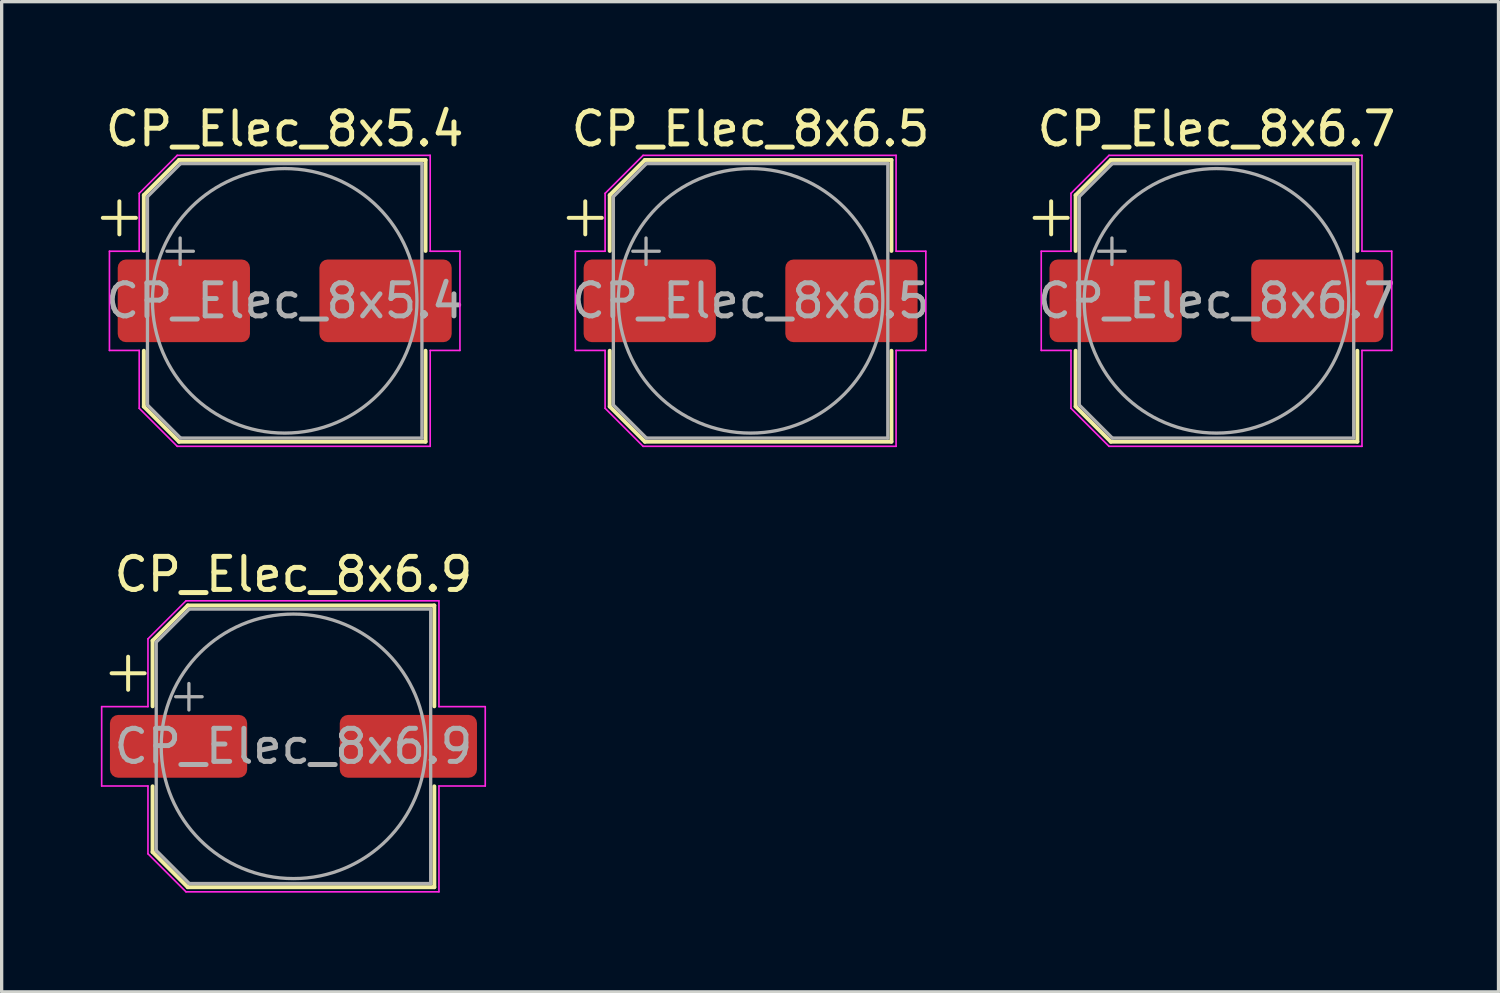
<source format=kicad_pcb>
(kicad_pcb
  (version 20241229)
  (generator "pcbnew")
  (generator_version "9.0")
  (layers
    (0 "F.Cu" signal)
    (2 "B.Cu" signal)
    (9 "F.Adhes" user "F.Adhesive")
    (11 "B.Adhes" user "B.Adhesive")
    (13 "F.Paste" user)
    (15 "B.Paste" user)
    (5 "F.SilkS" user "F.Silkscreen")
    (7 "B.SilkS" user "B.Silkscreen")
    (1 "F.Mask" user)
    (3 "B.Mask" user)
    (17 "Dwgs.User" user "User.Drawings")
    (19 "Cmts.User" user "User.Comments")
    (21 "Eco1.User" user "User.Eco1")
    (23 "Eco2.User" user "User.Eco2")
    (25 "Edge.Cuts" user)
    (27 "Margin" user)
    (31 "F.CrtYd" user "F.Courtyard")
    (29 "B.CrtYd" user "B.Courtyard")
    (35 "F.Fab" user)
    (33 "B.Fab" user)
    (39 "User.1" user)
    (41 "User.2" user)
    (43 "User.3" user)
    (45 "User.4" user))
  (footprint "CP_Elec_8x6.7"
    (layer "F.Cu")
    (at 33.74 6.048)
    (property "Reference" "CP_Elec_8x6.7" (at 0 -5.2 0) (layer "F.SilkS") (effects (font (size 1 1) (thickness 0.15))))
    (attr smd)
    (fp_line (start -5.5 -2.51) (end -4.5 -2.51) (stroke (width 0.12) (type solid)) (layer "F.SilkS"))
    (fp_line (start -5 -3.01) (end -5 -2.01) (stroke (width 0.12) (type solid)) (layer "F.SilkS"))
    (fp_line (start -4.26 -3.196) (end -4.26 -1.51) (stroke (width 0.12) (type solid)) (layer "F.SilkS"))
    (fp_line (start -4.26 -3.196) (end -3.196 -4.26) (stroke (width 0.12) (type solid)) (layer "F.SilkS"))
    (fp_line (start -4.26 3.196) (end -4.26 1.51) (stroke (width 0.12) (type solid)) (layer "F.SilkS"))
    (fp_line (start -4.26 3.196) (end -3.196 4.26) (stroke (width 0.12) (type solid)) (layer "F.SilkS"))
    (fp_line (start -3.196 -4.26) (end 4.26 -4.26) (stroke (width 0.12) (type solid)) (layer "F.SilkS"))
    (fp_line (start -3.196 4.26) (end 4.26 4.26) (stroke (width 0.12) (type solid)) (layer "F.SilkS"))
    (fp_line (start 4.26 -4.26) (end 4.26 -1.51) (stroke (width 0.12) (type solid)) (layer "F.SilkS"))
    (fp_line (start 4.26 4.26) (end 4.26 1.51) (stroke (width 0.12) (type solid)) (layer "F.SilkS"))
    (fp_line (start -5.3 -1.5) (end -5.3 1.5) (stroke (width 0.05) (type solid)) (layer "F.CrtYd"))
    (fp_line (start -5.3 1.5) (end -4.4 1.5) (stroke (width 0.05) (type solid)) (layer "F.CrtYd"))
    (fp_line (start -4.4 -3.25) (end -4.4 -1.5) (stroke (width 0.05) (type solid)) (layer "F.CrtYd"))
    (fp_line (start -4.4 -3.25) (end -3.25 -4.4) (stroke (width 0.05) (type solid)) (layer "F.CrtYd"))
    (fp_line (start -4.4 -1.5) (end -5.3 -1.5) (stroke (width 0.05) (type solid)) (layer "F.CrtYd"))
    (fp_line (start -4.4 1.5) (end -4.4 3.25) (stroke (width 0.05) (type solid)) (layer "F.CrtYd"))
    (fp_line (start -4.4 3.25) (end -3.25 4.4) (stroke (width 0.05) (type solid)) (layer "F.CrtYd"))
    (fp_line (start -3.25 -4.4) (end 4.4 -4.4) (stroke (width 0.05) (type solid)) (layer "F.CrtYd"))
    (fp_line (start -3.25 4.4) (end 4.4 4.4) (stroke (width 0.05) (type solid)) (layer "F.CrtYd"))
    (fp_line (start 4.4 -4.4) (end 4.4 -1.5) (stroke (width 0.05) (type solid)) (layer "F.CrtYd"))
    (fp_line (start 4.4 -1.5) (end 5.3 -1.5) (stroke (width 0.05) (type solid)) (layer "F.CrtYd"))
    (fp_line (start 4.4 1.5) (end 4.4 4.4) (stroke (width 0.05) (type solid)) (layer "F.CrtYd"))
    (fp_line (start 5.3 -1.5) (end 5.3 1.5) (stroke (width 0.05) (type solid)) (layer "F.CrtYd"))
    (fp_line (start 5.3 1.5) (end 4.4 1.5) (stroke (width 0.05) (type solid)) (layer "F.CrtYd"))
    (fp_line (start -4.15 -3.15) (end -4.15 3.15) (stroke (width 0.1) (type solid)) (layer "F.Fab"))
    (fp_line (start -4.15 -3.15) (end -3.15 -4.15) (stroke (width 0.1) (type solid)) (layer "F.Fab"))
    (fp_line (start -4.15 3.15) (end -3.15 4.15) (stroke (width 0.1) (type solid)) (layer "F.Fab"))
    (fp_line (start -3.562 -1.5) (end -2.762 -1.5) (stroke (width 0.1) (type solid)) (layer "F.Fab"))
    (fp_line (start -3.162 -1.9) (end -3.162 -1.1) (stroke (width 0.1) (type solid)) (layer "F.Fab"))
    (fp_line (start -3.15 -4.15) (end 4.15 -4.15) (stroke (width 0.1) (type solid)) (layer "F.Fab"))
    (fp_line (start -3.15 4.15) (end 4.15 4.15) (stroke (width 0.1) (type solid)) (layer "F.Fab"))
    (fp_line (start 4.15 -4.15) (end 4.15 4.15) (stroke (width 0.1) (type solid)) (layer "F.Fab"))
    (fp_circle (center 0 0) (end 4 0) (stroke (width 0.1) (type solid)) (fill no) (layer "F.Fab"))
    (fp_text user "${REFERENCE}" (at 0 0 0) (layer "F.Fab") (effects (font (size 1 1) (thickness 0.15))))
    (pad "1" smd roundrect (at -3.05 0) (size 4 2.5) (layers "F.Cu" "F.Mask" "F.Paste") (roundrect_rratio 0.1))
    (pad "2" smd roundrect (at 3.05 0) (size 4 2.5) (layers "F.Cu" "F.Mask" "F.Paste") (roundrect_rratio 0.1)))
  (footprint "CP_Elec_8x6.5"
    (layer "F.Cu")
    (at 19.65 6.048)
    (property "Reference" "CP_Elec_8x6.5" (at 0 -5.2 0) (layer "F.SilkS") (effects (font (size 1 1) (thickness 0.15))))
    (attr smd)
    (fp_line (start -5.5 -2.51) (end -4.5 -2.51) (stroke (width 0.12) (type solid)) (layer "F.SilkS"))
    (fp_line (start -5 -3.01) (end -5 -2.01) (stroke (width 0.12) (type solid)) (layer "F.SilkS"))
    (fp_line (start -4.26 -3.196) (end -4.26 -1.51) (stroke (width 0.12) (type solid)) (layer "F.SilkS"))
    (fp_line (start -4.26 -3.196) (end -3.196 -4.26) (stroke (width 0.12) (type solid)) (layer "F.SilkS"))
    (fp_line (start -4.26 3.196) (end -4.26 1.51) (stroke (width 0.12) (type solid)) (layer "F.SilkS"))
    (fp_line (start -4.26 3.196) (end -3.196 4.26) (stroke (width 0.12) (type solid)) (layer "F.SilkS"))
    (fp_line (start -3.196 -4.26) (end 4.26 -4.26) (stroke (width 0.12) (type solid)) (layer "F.SilkS"))
    (fp_line (start -3.196 4.26) (end 4.26 4.26) (stroke (width 0.12) (type solid)) (layer "F.SilkS"))
    (fp_line (start 4.26 -4.26) (end 4.26 -1.51) (stroke (width 0.12) (type solid)) (layer "F.SilkS"))
    (fp_line (start 4.26 4.26) (end 4.26 1.51) (stroke (width 0.12) (type solid)) (layer "F.SilkS"))
    (fp_line (start -5.3 -1.5) (end -5.3 1.5) (stroke (width 0.05) (type solid)) (layer "F.CrtYd"))
    (fp_line (start -5.3 1.5) (end -4.4 1.5) (stroke (width 0.05) (type solid)) (layer "F.CrtYd"))
    (fp_line (start -4.4 -3.25) (end -4.4 -1.5) (stroke (width 0.05) (type solid)) (layer "F.CrtYd"))
    (fp_line (start -4.4 -3.25) (end -3.25 -4.4) (stroke (width 0.05) (type solid)) (layer "F.CrtYd"))
    (fp_line (start -4.4 -1.5) (end -5.3 -1.5) (stroke (width 0.05) (type solid)) (layer "F.CrtYd"))
    (fp_line (start -4.4 1.5) (end -4.4 3.25) (stroke (width 0.05) (type solid)) (layer "F.CrtYd"))
    (fp_line (start -4.4 3.25) (end -3.25 4.4) (stroke (width 0.05) (type solid)) (layer "F.CrtYd"))
    (fp_line (start -3.25 -4.4) (end 4.4 -4.4) (stroke (width 0.05) (type solid)) (layer "F.CrtYd"))
    (fp_line (start -3.25 4.4) (end 4.4 4.4) (stroke (width 0.05) (type solid)) (layer "F.CrtYd"))
    (fp_line (start 4.4 -4.4) (end 4.4 -1.5) (stroke (width 0.05) (type solid)) (layer "F.CrtYd"))
    (fp_line (start 4.4 -1.5) (end 5.3 -1.5) (stroke (width 0.05) (type solid)) (layer "F.CrtYd"))
    (fp_line (start 4.4 1.5) (end 4.4 4.4) (stroke (width 0.05) (type solid)) (layer "F.CrtYd"))
    (fp_line (start 5.3 -1.5) (end 5.3 1.5) (stroke (width 0.05) (type solid)) (layer "F.CrtYd"))
    (fp_line (start 5.3 1.5) (end 4.4 1.5) (stroke (width 0.05) (type solid)) (layer "F.CrtYd"))
    (fp_line (start -4.15 -3.15) (end -4.15 3.15) (stroke (width 0.1) (type solid)) (layer "F.Fab"))
    (fp_line (start -4.15 -3.15) (end -3.15 -4.15) (stroke (width 0.1) (type solid)) (layer "F.Fab"))
    (fp_line (start -4.15 3.15) (end -3.15 4.15) (stroke (width 0.1) (type solid)) (layer "F.Fab"))
    (fp_line (start -3.562 -1.5) (end -2.762 -1.5) (stroke (width 0.1) (type solid)) (layer "F.Fab"))
    (fp_line (start -3.162 -1.9) (end -3.162 -1.1) (stroke (width 0.1) (type solid)) (layer "F.Fab"))
    (fp_line (start -3.15 -4.15) (end 4.15 -4.15) (stroke (width 0.1) (type solid)) (layer "F.Fab"))
    (fp_line (start -3.15 4.15) (end 4.15 4.15) (stroke (width 0.1) (type solid)) (layer "F.Fab"))
    (fp_line (start 4.15 -4.15) (end 4.15 4.15) (stroke (width 0.1) (type solid)) (layer "F.Fab"))
    (fp_circle (center 0 0) (end 4 0) (stroke (width 0.1) (type solid)) (fill no) (layer "F.Fab"))
    (fp_text user "${REFERENCE}" (at 0 0 0) (layer "F.Fab") (effects (font (size 1 1) (thickness 0.15))))
    (pad "1" smd roundrect (at -3.05 0) (size 4 2.5) (layers "F.Cu" "F.Mask" "F.Paste") (roundrect_rratio 0.1))
    (pad "2" smd roundrect (at 3.05 0) (size 4 2.5) (layers "F.Cu" "F.Mask" "F.Paste") (roundrect_rratio 0.1)))
  (footprint "CP_Elec_8x5.4"
    (layer "F.Cu")
    (at 5.56 6.048)
    (property "Reference" "CP_Elec_8x5.4" (at 0 -5.2 0) (layer "F.SilkS") (effects (font (size 1 1) (thickness 0.15))))
    (attr smd)
    (fp_line (start -5.5 -2.51) (end -4.5 -2.51) (stroke (width 0.12) (type solid)) (layer "F.SilkS"))
    (fp_line (start -5 -3.01) (end -5 -2.01) (stroke (width 0.12) (type solid)) (layer "F.SilkS"))
    (fp_line (start -4.26 -3.196) (end -4.26 -1.51) (stroke (width 0.12) (type solid)) (layer "F.SilkS"))
    (fp_line (start -4.26 -3.196) (end -3.196 -4.26) (stroke (width 0.12) (type solid)) (layer "F.SilkS"))
    (fp_line (start -4.26 3.196) (end -4.26 1.51) (stroke (width 0.12) (type solid)) (layer "F.SilkS"))
    (fp_line (start -4.26 3.196) (end -3.196 4.26) (stroke (width 0.12) (type solid)) (layer "F.SilkS"))
    (fp_line (start -3.196 -4.26) (end 4.26 -4.26) (stroke (width 0.12) (type solid)) (layer "F.SilkS"))
    (fp_line (start -3.196 4.26) (end 4.26 4.26) (stroke (width 0.12) (type solid)) (layer "F.SilkS"))
    (fp_line (start 4.26 -4.26) (end 4.26 -1.51) (stroke (width 0.12) (type solid)) (layer "F.SilkS"))
    (fp_line (start 4.26 4.26) (end 4.26 1.51) (stroke (width 0.12) (type solid)) (layer "F.SilkS"))
    (fp_line (start -5.3 -1.5) (end -5.3 1.5) (stroke (width 0.05) (type solid)) (layer "F.CrtYd"))
    (fp_line (start -5.3 1.5) (end -4.4 1.5) (stroke (width 0.05) (type solid)) (layer "F.CrtYd"))
    (fp_line (start -4.4 -3.25) (end -4.4 -1.5) (stroke (width 0.05) (type solid)) (layer "F.CrtYd"))
    (fp_line (start -4.4 -3.25) (end -3.25 -4.4) (stroke (width 0.05) (type solid)) (layer "F.CrtYd"))
    (fp_line (start -4.4 -1.5) (end -5.3 -1.5) (stroke (width 0.05) (type solid)) (layer "F.CrtYd"))
    (fp_line (start -4.4 1.5) (end -4.4 3.25) (stroke (width 0.05) (type solid)) (layer "F.CrtYd"))
    (fp_line (start -4.4 3.25) (end -3.25 4.4) (stroke (width 0.05) (type solid)) (layer "F.CrtYd"))
    (fp_line (start -3.25 -4.4) (end 4.4 -4.4) (stroke (width 0.05) (type solid)) (layer "F.CrtYd"))
    (fp_line (start -3.25 4.4) (end 4.4 4.4) (stroke (width 0.05) (type solid)) (layer "F.CrtYd"))
    (fp_line (start 4.4 -4.4) (end 4.4 -1.5) (stroke (width 0.05) (type solid)) (layer "F.CrtYd"))
    (fp_line (start 4.4 -1.5) (end 5.3 -1.5) (stroke (width 0.05) (type solid)) (layer "F.CrtYd"))
    (fp_line (start 4.4 1.5) (end 4.4 4.4) (stroke (width 0.05) (type solid)) (layer "F.CrtYd"))
    (fp_line (start 5.3 -1.5) (end 5.3 1.5) (stroke (width 0.05) (type solid)) (layer "F.CrtYd"))
    (fp_line (start 5.3 1.5) (end 4.4 1.5) (stroke (width 0.05) (type solid)) (layer "F.CrtYd"))
    (fp_line (start -4.15 -3.15) (end -4.15 3.15) (stroke (width 0.1) (type solid)) (layer "F.Fab"))
    (fp_line (start -4.15 -3.15) (end -3.15 -4.15) (stroke (width 0.1) (type solid)) (layer "F.Fab"))
    (fp_line (start -4.15 3.15) (end -3.15 4.15) (stroke (width 0.1) (type solid)) (layer "F.Fab"))
    (fp_line (start -3.562 -1.5) (end -2.762 -1.5) (stroke (width 0.1) (type solid)) (layer "F.Fab"))
    (fp_line (start -3.162 -1.9) (end -3.162 -1.1) (stroke (width 0.1) (type solid)) (layer "F.Fab"))
    (fp_line (start -3.15 -4.15) (end 4.15 -4.15) (stroke (width 0.1) (type solid)) (layer "F.Fab"))
    (fp_line (start -3.15 4.15) (end 4.15 4.15) (stroke (width 0.1) (type solid)) (layer "F.Fab"))
    (fp_line (start 4.15 -4.15) (end 4.15 4.15) (stroke (width 0.1) (type solid)) (layer "F.Fab"))
    (fp_circle (center 0 0) (end 4 0) (stroke (width 0.1) (type solid)) (fill no) (layer "F.Fab"))
    (fp_text user "${REFERENCE}" (at 0 0 0) (layer "F.Fab") (effects (font (size 1 1) (thickness 0.15))))
    (pad "1" smd roundrect (at -3.05 0) (size 4 2.5) (layers "F.Cu" "F.Mask" "F.Paste") (roundrect_rratio 0.1))
    (pad "2" smd roundrect (at 3.05 0) (size 4 2.5) (layers "F.Cu" "F.Mask" "F.Paste") (roundrect_rratio 0.1)))
  (footprint "CP_Elec_8x6.9"
    (layer "F.Cu")
    (at 5.825 19.521)
    (property "Reference" "CP_Elec_8x6.9" (at 0 -5.2 0) (layer "F.SilkS") (effects (font (size 1 1) (thickness 0.15))))
    (attr smd)
    (fp_line (start -5.5 -2.21) (end -4.5 -2.21) (stroke (width 0.12) (type solid)) (layer "F.SilkS"))
    (fp_line (start -5 -2.71) (end -5 -1.71) (stroke (width 0.12) (type solid)) (layer "F.SilkS"))
    (fp_line (start -4.26 -3.196) (end -4.26 -1.21) (stroke (width 0.12) (type solid)) (layer "F.SilkS"))
    (fp_line (start -4.26 -3.196) (end -3.196 -4.26) (stroke (width 0.12) (type solid)) (layer "F.SilkS"))
    (fp_line (start -4.26 3.196) (end -4.26 1.21) (stroke (width 0.12) (type solid)) (layer "F.SilkS"))
    (fp_line (start -4.26 3.196) (end -3.196 4.26) (stroke (width 0.12) (type solid)) (layer "F.SilkS"))
    (fp_line (start -3.196 -4.26) (end 4.26 -4.26) (stroke (width 0.12) (type solid)) (layer "F.SilkS"))
    (fp_line (start -3.196 4.26) (end 4.26 4.26) (stroke (width 0.12) (type solid)) (layer "F.SilkS"))
    (fp_line (start 4.26 -4.26) (end 4.26 -1.21) (stroke (width 0.12) (type solid)) (layer "F.SilkS"))
    (fp_line (start 4.26 4.26) (end 4.26 1.21) (stroke (width 0.12) (type solid)) (layer "F.SilkS"))
    (fp_line (start -5.8 -1.2) (end -5.8 1.2) (stroke (width 0.05) (type solid)) (layer "F.CrtYd"))
    (fp_line (start -5.8 1.2) (end -4.4 1.2) (stroke (width 0.05) (type solid)) (layer "F.CrtYd"))
    (fp_line (start -4.4 -3.25) (end -4.4 -1.2) (stroke (width 0.05) (type solid)) (layer "F.CrtYd"))
    (fp_line (start -4.4 -3.25) (end -3.25 -4.4) (stroke (width 0.05) (type solid)) (layer "F.CrtYd"))
    (fp_line (start -4.4 -1.2) (end -5.8 -1.2) (stroke (width 0.05) (type solid)) (layer "F.CrtYd"))
    (fp_line (start -4.4 1.2) (end -4.4 3.25) (stroke (width 0.05) (type solid)) (layer "F.CrtYd"))
    (fp_line (start -4.4 3.25) (end -3.25 4.4) (stroke (width 0.05) (type solid)) (layer "F.CrtYd"))
    (fp_line (start -3.25 -4.4) (end 4.4 -4.4) (stroke (width 0.05) (type solid)) (layer "F.CrtYd"))
    (fp_line (start -3.25 4.4) (end 4.4 4.4) (stroke (width 0.05) (type solid)) (layer "F.CrtYd"))
    (fp_line (start 4.4 -4.4) (end 4.4 -1.2) (stroke (width 0.05) (type solid)) (layer "F.CrtYd"))
    (fp_line (start 4.4 -1.2) (end 5.8 -1.2) (stroke (width 0.05) (type solid)) (layer "F.CrtYd"))
    (fp_line (start 4.4 1.2) (end 4.4 4.4) (stroke (width 0.05) (type solid)) (layer "F.CrtYd"))
    (fp_line (start 5.8 -1.2) (end 5.8 1.2) (stroke (width 0.05) (type solid)) (layer "F.CrtYd"))
    (fp_line (start 5.8 1.2) (end 4.4 1.2) (stroke (width 0.05) (type solid)) (layer "F.CrtYd"))
    (fp_line (start -4.15 -3.15) (end -4.15 3.15) (stroke (width 0.1) (type solid)) (layer "F.Fab"))
    (fp_line (start -4.15 -3.15) (end -3.15 -4.15) (stroke (width 0.1) (type solid)) (layer "F.Fab"))
    (fp_line (start -4.15 3.15) (end -3.15 4.15) (stroke (width 0.1) (type solid)) (layer "F.Fab"))
    (fp_line (start -3.562 -1.5) (end -2.762 -1.5) (stroke (width 0.1) (type solid)) (layer "F.Fab"))
    (fp_line (start -3.162 -1.9) (end -3.162 -1.1) (stroke (width 0.1) (type solid)) (layer "F.Fab"))
    (fp_line (start -3.15 -4.15) (end 4.15 -4.15) (stroke (width 0.1) (type solid)) (layer "F.Fab"))
    (fp_line (start -3.15 4.15) (end 4.15 4.15) (stroke (width 0.1) (type solid)) (layer "F.Fab"))
    (fp_line (start 4.15 -4.15) (end 4.15 4.15) (stroke (width 0.1) (type solid)) (layer "F.Fab"))
    (fp_circle (center 0 0) (end 4 0) (stroke (width 0.1) (type solid)) (fill no) (layer "F.Fab"))
    (fp_text user "${REFERENCE}" (at 0 0 0) (layer "F.Fab") (effects (font (size 1 1) (thickness 0.15))))
    (pad "1" smd roundrect (at -3.475 0) (size 4.15 1.9) (layers "F.Cu" "F.Mask" "F.Paste") (roundrect_rratio 0.132))
    (pad "2" smd roundrect (at 3.475 0) (size 4.15 1.9) (layers "F.Cu" "F.Mask" "F.Paste") (roundrect_rratio 0.132)))
  (gr_rect
    (start -3 -3)
    (end 42.269 26.947)
    (stroke (width 0.1) (type default))
    (fill no)
    (layer "Edge.Cuts")))
</source>
